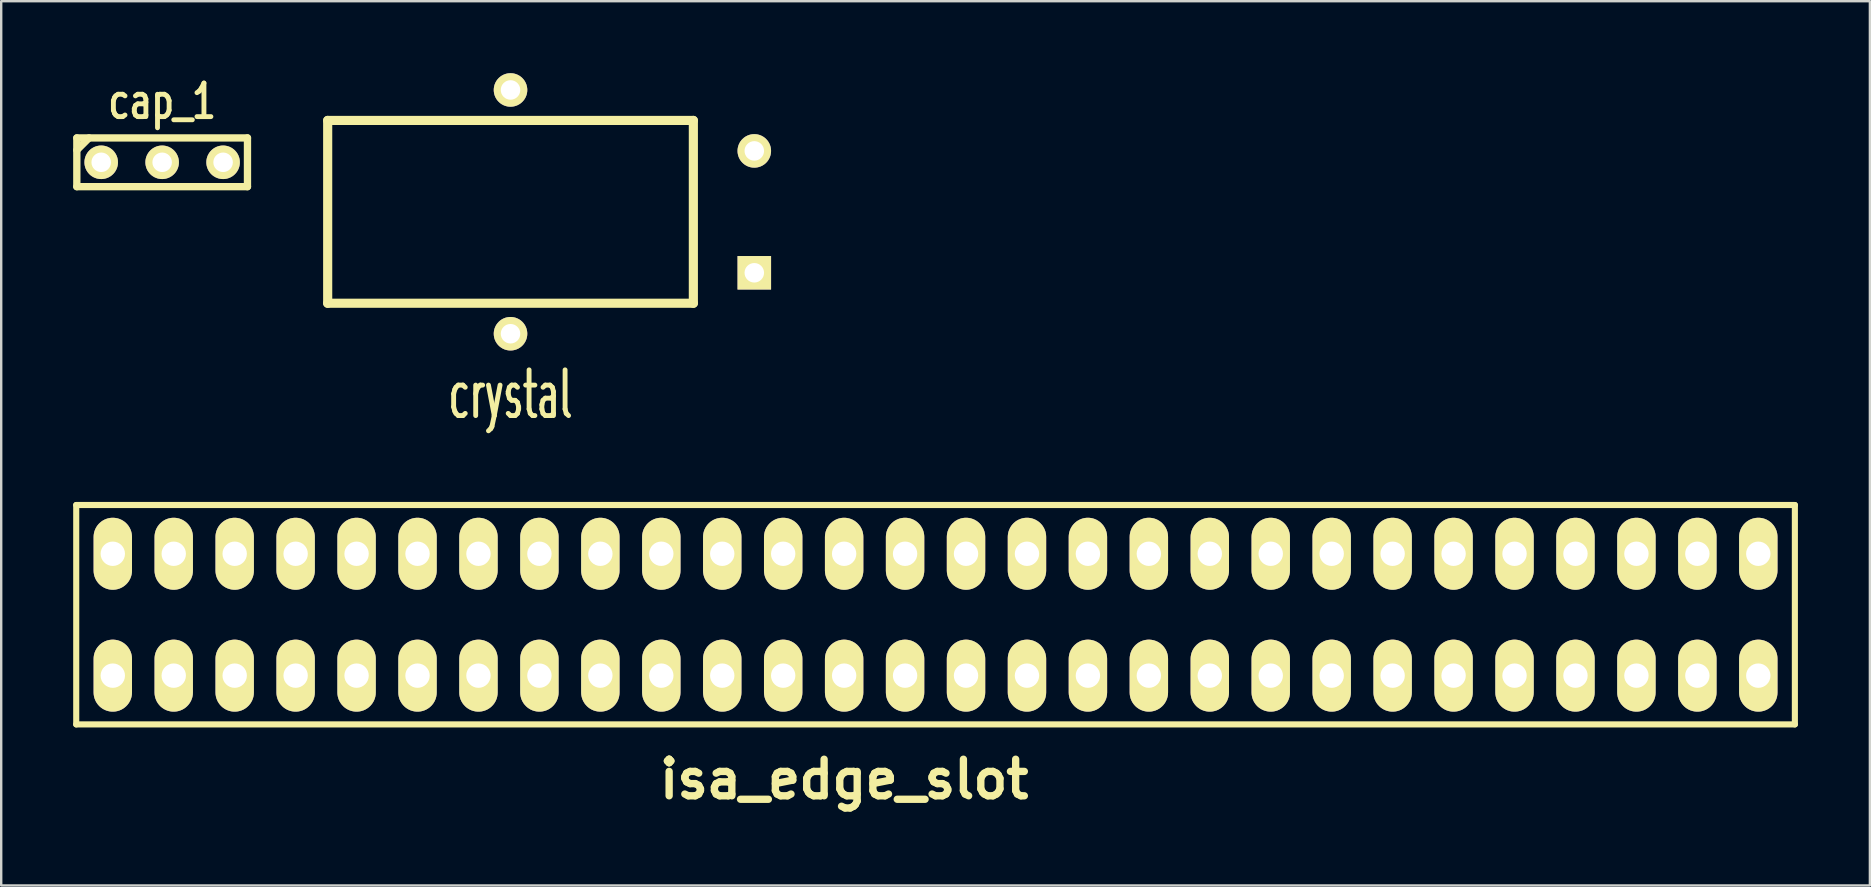
<source format=kicad_pcb>
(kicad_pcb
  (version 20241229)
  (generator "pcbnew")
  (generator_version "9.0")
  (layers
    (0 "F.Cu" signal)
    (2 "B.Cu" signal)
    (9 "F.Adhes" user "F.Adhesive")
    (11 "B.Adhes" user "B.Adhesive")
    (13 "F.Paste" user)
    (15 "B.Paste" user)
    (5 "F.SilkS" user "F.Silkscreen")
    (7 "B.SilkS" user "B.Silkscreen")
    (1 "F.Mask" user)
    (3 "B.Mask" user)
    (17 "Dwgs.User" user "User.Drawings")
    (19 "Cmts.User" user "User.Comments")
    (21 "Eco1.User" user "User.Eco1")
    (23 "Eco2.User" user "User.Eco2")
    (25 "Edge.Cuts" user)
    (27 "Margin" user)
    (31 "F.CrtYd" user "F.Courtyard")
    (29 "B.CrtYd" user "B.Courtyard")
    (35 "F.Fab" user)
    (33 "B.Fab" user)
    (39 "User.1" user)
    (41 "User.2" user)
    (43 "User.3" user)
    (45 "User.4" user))
  (footprint "cap_1"
    (layer "F.Cu")
    (at 3.708 3.714)
    (property "Reference" "cap_1" (at 0 -2.54 0) (layer "F.SilkS") (effects (font (size 1.397 1.016) (thickness 0.203))))
    (attr through_hole)
    (fp_line (start -3.556 -1.016) (end 3.556 -1.016) (stroke (width 0.305) (type solid)) (layer "F.SilkS"))
    (fp_line (start -3.556 -0.508) (end -3.048 -1.016) (stroke (width 0.305) (type solid)) (layer "F.SilkS"))
    (fp_line (start -3.556 1.016) (end -3.556 -1.016) (stroke (width 0.305) (type solid)) (layer "F.SilkS"))
    (fp_line (start 3.556 -1.016) (end 3.556 1.016) (stroke (width 0.305) (type solid)) (layer "F.SilkS"))
    (fp_line (start 3.556 1.016) (end -3.556 1.016) (stroke (width 0.305) (type solid)) (layer "F.SilkS"))
    (pad "1" thru_hole circle (at -2.54 0) (size 1.397 1.397) (drill 0.813) (layers "*.Cu" "*.Mask" "F.SilkS"))
    (pad "2" thru_hole circle (at 0 0) (size 1.397 1.397) (drill 0.813) (layers "*.Cu" "*.Mask" "F.SilkS"))
    (pad "3" thru_hole circle (at 2.54 0) (size 1.397 1.397) (drill 0.813) (layers "*.Cu" "*.Mask" "F.SilkS")))
  (footprint "isa_edge_slot"
    (layer "F.Cu")
    (at 32.131 22.569)
    (property "Reference" "isa_edge_slot" (at 0 6.858 0) (layer "F.SilkS") (effects (font (size 1.524 1.524) (thickness 0.305))))
    (attr through_hole)
    (fp_line (start -32.004 -4.572) (end 39.624 -4.572) (stroke (width 0.254) (type solid)) (layer "F.SilkS"))
    (fp_line (start -32.004 4.572) (end -32.004 -4.572) (stroke (width 0.254) (type solid)) (layer "F.SilkS"))
    (fp_line (start 39.624 -4.572) (end 39.624 4.572) (stroke (width 0.254) (type solid)) (layer "F.SilkS"))
    (fp_line (start 39.624 4.572) (end -32.004 4.572) (stroke (width 0.254) (type solid)) (layer "F.SilkS"))
    (pad "1" thru_hole oval (at 38.1 2.54 180) (size 1.6 3) (drill 1.016) (layers "*.Cu" "*.Mask" "F.SilkS"))
    (pad "2" thru_hole oval (at 35.56 2.54 180) (size 1.6 3) (drill 1.016) (layers "*.Cu" "*.Mask" "F.SilkS"))
    (pad "3" thru_hole oval (at 33.02 2.54 180) (size 1.6 3) (drill 1.016) (layers "*.Cu" "*.Mask" "F.SilkS"))
    (pad "4" thru_hole oval (at 30.48 2.54 180) (size 1.6 3) (drill 1.016) (layers "*.Cu" "*.Mask" "F.SilkS"))
    (pad "5" thru_hole oval (at 27.94 2.54 180) (size 1.6 3) (drill 1.016) (layers "*.Cu" "*.Mask" "F.SilkS"))
    (pad "6" thru_hole oval (at 25.4 2.54 180) (size 1.6 3) (drill 1.016) (layers "*.Cu" "*.Mask" "F.SilkS"))
    (pad "7" thru_hole oval (at 22.86 2.54 180) (size 1.6 3) (drill 1.016) (layers "*.Cu" "*.Mask" "F.SilkS"))
    (pad "8" thru_hole oval (at 20.32 2.54 180) (size 1.6 3) (drill 1.016) (layers "*.Cu" "*.Mask" "F.SilkS"))
    (pad "9" thru_hole oval (at 17.78 2.54 180) (size 1.6 3) (drill 1.016) (layers "*.Cu" "*.Mask" "F.SilkS"))
    (pad "10" thru_hole oval (at 15.24 2.54 180) (size 1.6 3) (drill 1.016) (layers "*.Cu" "*.Mask" "F.SilkS"))
    (pad "11" thru_hole oval (at 12.7 2.54 180) (size 1.6 3) (drill 1.016) (layers "*.Cu" "*.Mask" "F.SilkS"))
    (pad "12" thru_hole oval (at 10.16 2.54 180) (size 1.6 3) (drill 1.016) (layers "*.Cu" "*.Mask" "F.SilkS"))
    (pad "13" thru_hole oval (at 7.62 2.54 180) (size 1.6 3) (drill 1.016) (layers "*.Cu" "*.Mask" "F.SilkS"))
    (pad "14" thru_hole oval (at 5.08 2.54 180) (size 1.6 3) (drill 1.016) (layers "*.Cu" "*.Mask" "F.SilkS"))
    (pad "15" thru_hole oval (at 2.54 2.54 180) (size 1.6 3) (drill 1.016) (layers "*.Cu" "*.Mask" "F.SilkS"))
    (pad "16" thru_hole oval (at 0 2.54 180) (size 1.6 3) (drill 1.016) (layers "*.Cu" "*.Mask" "F.SilkS"))
    (pad "17" thru_hole oval (at -2.54 2.54 180) (size 1.6 3) (drill 1.016) (layers "*.Cu" "*.Mask" "F.SilkS"))
    (pad "18" thru_hole oval (at -5.08 2.54 180) (size 1.6 3) (drill 1.016) (layers "*.Cu" "*.Mask" "F.SilkS"))
    (pad "19" thru_hole oval (at -7.62 2.54 180) (size 1.6 3) (drill 1.016) (layers "*.Cu" "*.Mask" "F.SilkS"))
    (pad "20" thru_hole oval (at -10.16 2.54 180) (size 1.6 3) (drill 1.016) (layers "*.Cu" "*.Mask" "F.SilkS"))
    (pad "21" thru_hole oval (at -12.7 2.54 180) (size 1.6 3) (drill 1.016) (layers "*.Cu" "*.Mask" "F.SilkS"))
    (pad "22" thru_hole oval (at -15.24 2.54 180) (size 1.6 3) (drill 1.016) (layers "*.Cu" "*.Mask" "F.SilkS"))
    (pad "23" thru_hole oval (at -17.78 2.54 180) (size 1.6 3) (drill 1.016) (layers "*.Cu" "*.Mask" "F.SilkS"))
    (pad "24" thru_hole oval (at -20.32 2.54 180) (size 1.6 3) (drill 1.016) (layers "*.Cu" "*.Mask" "F.SilkS"))
    (pad "25" thru_hole oval (at -22.86 2.54 180) (size 1.6 3) (drill 1.016) (layers "*.Cu" "*.Mask" "F.SilkS"))
    (pad "26" thru_hole oval (at -25.4 2.54 180) (size 1.6 3) (drill 1.016) (layers "*.Cu" "*.Mask" "F.SilkS"))
    (pad "27" thru_hole oval (at -27.94 2.54 180) (size 1.6 3) (drill 1.016) (layers "*.Cu" "*.Mask" "F.SilkS"))
    (pad "28" thru_hole oval (at -30.48 2.54 180) (size 1.6 3) (drill 1.016) (layers "*.Cu" "*.Mask" "F.SilkS"))
    (pad "29" thru_hole oval (at 38.1 -2.54 180) (size 1.6 3) (drill 1.016) (layers "*.Cu" "*.Mask" "F.SilkS"))
    (pad "30" thru_hole oval (at 35.56 -2.54 180) (size 1.6 3) (drill 1.016) (layers "*.Cu" "*.Mask" "F.SilkS"))
    (pad "31" thru_hole oval (at 33.02 -2.54 180) (size 1.6 3) (drill 1.016) (layers "*.Cu" "*.Mask" "F.SilkS"))
    (pad "32" thru_hole oval (at 30.48 -2.54 180) (size 1.6 3) (drill 1.016) (layers "*.Cu" "*.Mask" "F.SilkS"))
    (pad "33" thru_hole oval (at 27.94 -2.54 180) (size 1.6 3) (drill 1.016) (layers "*.Cu" "*.Mask" "F.SilkS"))
    (pad "34" thru_hole oval (at 25.4 -2.54 180) (size 1.6 3) (drill 1.016) (layers "*.Cu" "*.Mask" "F.SilkS"))
    (pad "35" thru_hole oval (at 22.86 -2.54 180) (size 1.6 3) (drill 1.016) (layers "*.Cu" "*.Mask" "F.SilkS"))
    (pad "36" thru_hole oval (at 20.32 -2.54 180) (size 1.6 3) (drill 1.016) (layers "*.Cu" "*.Mask" "F.SilkS"))
    (pad "37" thru_hole oval (at 17.78 -2.54 180) (size 1.6 3) (drill 1.016) (layers "*.Cu" "*.Mask" "F.SilkS"))
    (pad "38" thru_hole oval (at 15.24 -2.54 180) (size 1.6 3) (drill 1.016) (layers "*.Cu" "*.Mask" "F.SilkS"))
    (pad "39" thru_hole oval (at 12.7 -2.54 180) (size 1.6 3) (drill 1.016) (layers "*.Cu" "*.Mask" "F.SilkS"))
    (pad "40" thru_hole oval (at 10.16 -2.54 180) (size 1.6 3) (drill 1.016) (layers "*.Cu" "*.Mask" "F.SilkS"))
    (pad "41" thru_hole oval (at 7.62 -2.54 180) (size 1.6 3) (drill 1.016) (layers "*.Cu" "*.Mask" "F.SilkS"))
    (pad "42" thru_hole oval (at 5.08 -2.54 180) (size 1.6 3) (drill 1.016) (layers "*.Cu" "*.Mask" "F.SilkS"))
    (pad "43" thru_hole oval (at 2.54 -2.54 180) (size 1.6 3) (drill 1.016) (layers "*.Cu" "*.Mask" "F.SilkS"))
    (pad "44" thru_hole oval (at 0 -2.54 180) (size 1.6 3) (drill 1.016) (layers "*.Cu" "*.Mask" "F.SilkS"))
    (pad "45" thru_hole oval (at -2.54 -2.54 180) (size 1.6 3) (drill 1.016) (layers "*.Cu" "*.Mask" "F.SilkS"))
    (pad "46" thru_hole oval (at -5.08 -2.54 180) (size 1.6 3) (drill 1.016) (layers "*.Cu" "*.Mask" "F.SilkS"))
    (pad "47" thru_hole oval (at -7.62 -2.54 180) (size 1.6 3) (drill 1.016) (layers "*.Cu" "*.Mask" "F.SilkS"))
    (pad "48" thru_hole oval (at -10.16 -2.54 180) (size 1.6 3) (drill 1.016) (layers "*.Cu" "*.Mask" "F.SilkS"))
    (pad "49" thru_hole oval (at -12.7 -2.54 180) (size 1.6 3) (drill 1.016) (layers "*.Cu" "*.Mask" "F.SilkS"))
    (pad "50" thru_hole oval (at -15.24 -2.54 180) (size 1.6 3) (drill 1.016) (layers "*.Cu" "*.Mask" "F.SilkS"))
    (pad "51" thru_hole oval (at -17.78 -2.54 180) (size 1.6 3) (drill 1.016) (layers "*.Cu" "*.Mask" "F.SilkS"))
    (pad "52" thru_hole oval (at -20.32 -2.54 180) (size 1.6 3) (drill 1.016) (layers "*.Cu" "*.Mask" "F.SilkS"))
    (pad "53" thru_hole oval (at -22.86 -2.54 180) (size 1.6 3) (drill 1.016) (layers "*.Cu" "*.Mask" "F.SilkS"))
    (pad "54" thru_hole oval (at -25.4 -2.54 180) (size 1.6 3) (drill 1.016) (layers "*.Cu" "*.Mask" "F.SilkS"))
    (pad "55" thru_hole oval (at -27.94 -2.54 180) (size 1.6 3) (drill 1.016) (layers "*.Cu" "*.Mask" "F.SilkS"))
    (pad "56" thru_hole oval (at -30.48 -2.54 180) (size 1.6 3) (drill 1.016) (layers "*.Cu" "*.Mask" "F.SilkS")))
  (footprint "crystal"
    (layer "F.Cu")
    (at 18.227 5.779)
    (property "Reference" "crystal" (at 0 7.62 0) (layer "F.SilkS") (effects (font (size 1.905 1.016) (thickness 0.203))))
    (attr through_hole)
    (fp_line (start -7.62 -3.81) (end 7.62 -3.81) (stroke (width 0.381) (type solid)) (layer "F.SilkS"))
    (fp_line (start -7.62 3.81) (end -7.62 -3.81) (stroke (width 0.381) (type solid)) (layer "F.SilkS"))
    (fp_line (start 7.62 -3.81) (end 7.62 3.81) (stroke (width 0.381) (type solid)) (layer "F.SilkS"))
    (fp_line (start 7.62 3.81) (end -7.62 3.81) (stroke (width 0.381) (type solid)) (layer "F.SilkS"))
    (pad "1" thru_hole rect (at 10.16 2.54) (size 1.397 1.397) (drill 0.813) (layers "*.Cu" "*.Mask" "F.SilkS"))
    (pad "2" thru_hole circle (at 10.16 -2.54) (size 1.397 1.397) (drill 0.813) (layers "*.Cu" "*.Mask" "F.SilkS"))
    (pad "3" thru_hole circle (at 0 5.08) (size 1.397 1.397) (drill 0.813) (layers "*.Cu" "*.Mask" "F.SilkS"))
    (pad "4" thru_hole circle (at 0 -5.08) (size 1.397 1.397) (drill 0.813) (layers "*.Cu" "*.Mask" "F.SilkS")))
  (gr_rect
    (start -3 -3)
    (end 74.882 33.853)
    (stroke (width 0.1) (type default))
    (fill no)
    (layer "Edge.Cuts")))
</source>
